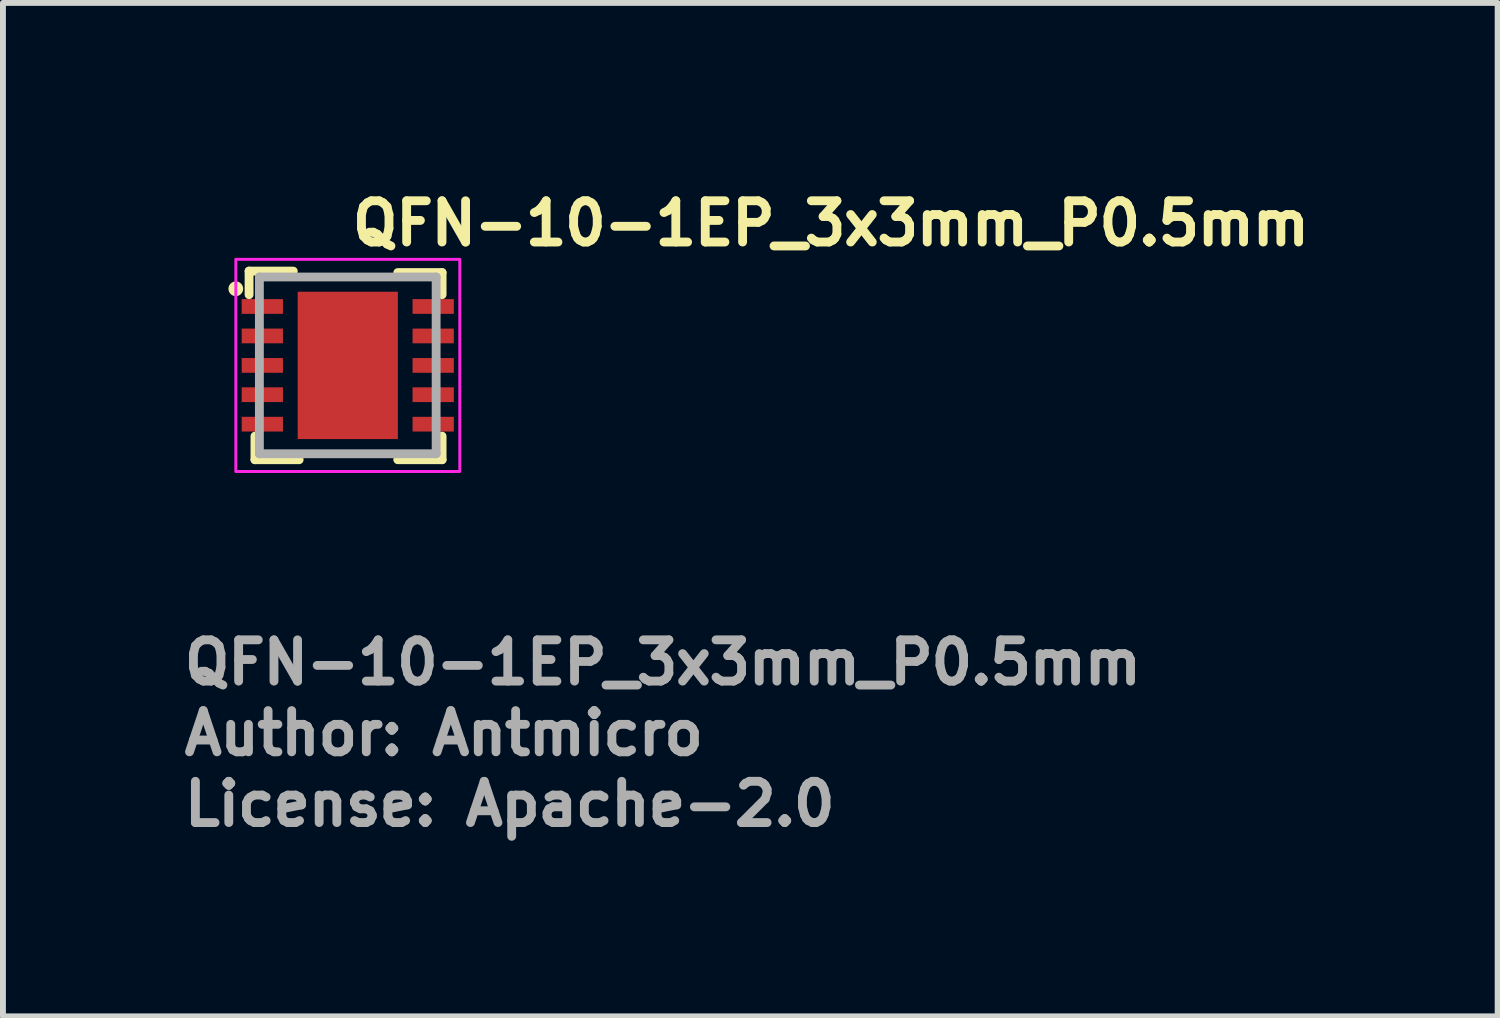
<source format=kicad_pcb>
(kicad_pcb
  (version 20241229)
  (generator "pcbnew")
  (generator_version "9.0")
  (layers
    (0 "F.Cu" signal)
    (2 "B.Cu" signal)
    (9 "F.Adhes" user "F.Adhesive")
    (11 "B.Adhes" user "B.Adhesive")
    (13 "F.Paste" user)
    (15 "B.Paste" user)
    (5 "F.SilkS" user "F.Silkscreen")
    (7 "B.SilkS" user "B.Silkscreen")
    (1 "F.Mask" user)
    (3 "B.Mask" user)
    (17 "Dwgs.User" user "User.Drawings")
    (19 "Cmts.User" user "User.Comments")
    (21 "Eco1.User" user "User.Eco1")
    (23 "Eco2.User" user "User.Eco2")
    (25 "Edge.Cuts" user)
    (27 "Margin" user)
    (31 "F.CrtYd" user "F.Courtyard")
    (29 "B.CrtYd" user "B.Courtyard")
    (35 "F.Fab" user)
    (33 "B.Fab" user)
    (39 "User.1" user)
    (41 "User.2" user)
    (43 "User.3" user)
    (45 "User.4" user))
  (footprint "QFN-10-1EP_3x3mm_P0.5mm"
    (layer "F.Cu")
    (at 2.851 3.15)
    (property "Reference" "QFN-10-1EP_3x3mm_P0.5mm" (at 0 -2 0) (layer "F.SilkS") (effects (font (size 0.7 0.7) (thickness 0.15)) (justify left bottom)))
    (attr smd)
    (fp_line (start -1.675 -1.6) (end -0.925 -1.6) (stroke (width 0.15) (type solid)) (layer "F.SilkS"))
    (fp_line (start -1.675 -1.2) (end -1.675 -1.6) (stroke (width 0.15) (type solid)) (layer "F.SilkS"))
    (fp_line (start -1.575 1.6) (end -1.575 1.2) (stroke (width 0.15) (type solid)) (layer "F.SilkS"))
    (fp_line (start -0.825 1.6) (end -1.575 1.6) (stroke (width 0.15) (type solid)) (layer "F.SilkS"))
    (fp_line (start 0.848 -1.575) (end 1.6 -1.575) (stroke (width 0.15) (type solid)) (layer "F.SilkS"))
    (fp_line (start 1.6 -1.575) (end 1.6 -1.2) (stroke (width 0.15) (type solid)) (layer "F.SilkS"))
    (fp_line (start 1.6 1.2) (end 1.6 1.6) (stroke (width 0.15) (type solid)) (layer "F.SilkS"))
    (fp_line (start 1.6 1.6) (end 0.848 1.6) (stroke (width 0.15) (type solid)) (layer "F.SilkS"))
    (fp_circle (center -1.9 -1.3) (end -1.85 -1.3) (stroke (width 0.15) (type solid)) (fill yes) (layer "F.SilkS"))
    (fp_rect (start -1.9 -1.8) (end 1.9 1.8) (stroke (width 0.05) (type solid)) (fill no) (layer "F.CrtYd"))
    (fp_line (start -1.5 -1.5) (end 1.499 -1.5) (stroke (width 0.15) (type solid)) (layer "F.Fab"))
    (fp_line (start -1.5 1.499) (end -1.5 -1.5) (stroke (width 0.15) (type solid)) (layer "F.Fab"))
    (fp_line (start 1.499 -1.5) (end 1.499 1.499) (stroke (width 0.15) (type solid)) (layer "F.Fab"))
    (fp_line (start 1.499 1.499) (end -1.5 1.499) (stroke (width 0.15) (type solid)) (layer "F.Fab"))
    (fp_rect (start -1.549 -1.549) (end 1.548 1.548) (stroke (width 0.1) (type solid)) (fill no) (layer "User.5"))
    (fp_line (start -1.549 -1.549) (end -1.549 1.548) (stroke (width 0.02) (type solid)) (layer "User.9"))
    (fp_line (start -1.549 1.548) (end 1.548 1.548) (stroke (width 0.02) (type solid)) (layer "User.9"))
    (fp_line (start -1.319 -1.008) (end -1.319 -1.004) (stroke (width 0.02) (type solid)) (layer "User.9"))
    (fp_line (start -1.319 -1.004) (end -1.319 -1) (stroke (width 0.02) (type solid)) (layer "User.9"))
    (fp_line (start -1.319 -1) (end -1.319 -1) (stroke (width 0.02) (type solid)) (layer "User.9"))
    (fp_line (start -1.319 -1) (end -1.319 -0.997) (stroke (width 0.02) (type solid)) (layer "User.9"))
    (fp_line (start -1.319 -0.997) (end -1.319 -0.993) (stroke (width 0.02) (type solid)) (layer "User.9"))
    (fp_line (start -1.319 -0.993) (end -1.317 -0.989) (stroke (width 0.02) (type solid)) (layer "User.9"))
    (fp_line (start -1.317 -1.02) (end -1.317 -1.016) (stroke (width 0.02) (type solid)) (layer "User.9"))
    (fp_line (start -1.317 -1.016) (end -1.317 -1.012) (stroke (width 0.02) (type solid)) (layer "User.9"))
    (fp_line (start -1.317 -1.012) (end -1.319 -1.008) (stroke (width 0.02) (type solid)) (layer "User.9"))
    (fp_line (start -1.317 -0.989) (end -1.317 -0.985) (stroke (width 0.02) (type solid)) (layer "User.9"))
    (fp_line (start -1.317 -0.985) (end -1.317 -0.981) (stroke (width 0.02) (type solid)) (layer "User.9"))
    (fp_line (start -1.317 -0.981) (end -1.315 -0.977) (stroke (width 0.02) (type solid)) (layer "User.9"))
    (fp_line (start -1.315 -1.024) (end -1.317 -1.02) (stroke (width 0.02) (type solid)) (layer "User.9"))
    (fp_line (start -1.315 -0.977) (end -1.313 -0.974) (stroke (width 0.02) (type solid)) (layer "User.9"))
    (fp_line (start -1.313 -1.031) (end -1.313 -1.027) (stroke (width 0.02) (type solid)) (layer "User.9"))
    (fp_line (start -1.313 -1.027) (end -1.315 -1.024) (stroke (width 0.02) (type solid)) (layer "User.9"))
    (fp_line (start -1.313 -0.974) (end -1.313 -0.97) (stroke (width 0.02) (type solid)) (layer "User.9"))
    (fp_line (start -1.313 -0.97) (end -1.311 -0.967) (stroke (width 0.02) (type solid)) (layer "User.9"))
    (fp_line (start -1.311 -1.035) (end -1.313 -1.031) (stroke (width 0.02) (type solid)) (layer "User.9"))
    (fp_line (start -1.311 -0.967) (end -1.309 -0.964) (stroke (width 0.02) (type solid)) (layer "User.9"))
    (fp_line (start -1.309 -1.037) (end -1.311 -1.035) (stroke (width 0.02) (type solid)) (layer "User.9"))
    (fp_line (start -1.309 -0.964) (end -1.307 -0.96) (stroke (width 0.02) (type solid)) (layer "User.9"))
    (fp_line (start -1.307 -1.041) (end -1.309 -1.037) (stroke (width 0.02) (type solid)) (layer "User.9"))
    (fp_line (start -1.307 -0.96) (end -1.305 -0.958) (stroke (width 0.02) (type solid)) (layer "User.9"))
    (fp_line (start -1.305 -1.045) (end -1.307 -1.041) (stroke (width 0.02) (type solid)) (layer "User.9"))
    (fp_line (start -1.305 -0.958) (end -1.303 -0.955) (stroke (width 0.02) (type solid)) (layer "User.9"))
    (fp_line (start -1.303 -1.047) (end -1.305 -1.045) (stroke (width 0.02) (type solid)) (layer "User.9"))
    (fp_line (start -1.303 -0.955) (end -1.301 -0.952) (stroke (width 0.02) (type solid)) (layer "User.9"))
    (fp_line (start -1.301 -1.051) (end -1.303 -1.047) (stroke (width 0.02) (type solid)) (layer "User.9"))
    (fp_line (start -1.301 -0.952) (end -1.299 -0.949) (stroke (width 0.02) (type solid)) (layer "User.9"))
    (fp_line (start -1.299 -1.053) (end -1.301 -1.051) (stroke (width 0.02) (type solid)) (layer "User.9"))
    (fp_line (start -1.299 -0.949) (end -1.295 -0.947) (stroke (width 0.02) (type solid)) (layer "User.9"))
    (fp_line (start -1.295 -1.055) (end -1.299 -1.053) (stroke (width 0.02) (type solid)) (layer "User.9"))
    (fp_line (start -1.295 -0.947) (end -1.293 -0.944) (stroke (width 0.02) (type solid)) (layer "User.9"))
    (fp_line (start -1.293 -1.059) (end -1.295 -1.055) (stroke (width 0.02) (type solid)) (layer "User.9"))
    (fp_line (start -1.293 -0.944) (end -1.291 -0.942) (stroke (width 0.02) (type solid)) (layer "User.9"))
    (fp_line (start -1.291 -1.061) (end -1.293 -1.059) (stroke (width 0.02) (type solid)) (layer "User.9"))
    (fp_line (start -1.291 -0.942) (end -1.287 -0.939) (stroke (width 0.02) (type solid)) (layer "User.9"))
    (fp_line (start -1.287 -1.063) (end -1.291 -1.061) (stroke (width 0.02) (type solid)) (layer "User.9"))
    (fp_line (start -1.287 -0.939) (end -1.285 -0.937) (stroke (width 0.02) (type solid)) (layer "User.9"))
    (fp_line (start -1.285 -1.065) (end -1.287 -1.063) (stroke (width 0.02) (type solid)) (layer "User.9"))
    (fp_line (start -1.285 -0.937) (end -1.281 -0.935) (stroke (width 0.02) (type solid)) (layer "User.9"))
    (fp_line (start -1.281 -1.067) (end -1.285 -1.065) (stroke (width 0.02) (type solid)) (layer "User.9"))
    (fp_line (start -1.281 -0.935) (end -1.278 -0.933) (stroke (width 0.02) (type solid)) (layer "User.9"))
    (fp_line (start -1.278 -1.069) (end -1.281 -1.067) (stroke (width 0.02) (type solid)) (layer "User.9"))
    (fp_line (start -1.278 -0.933) (end -1.274 -0.932) (stroke (width 0.02) (type solid)) (layer "User.9"))
    (fp_line (start -1.274 -1.071) (end -1.278 -1.069) (stroke (width 0.02) (type solid)) (layer "User.9"))
    (fp_line (start -1.274 -0.932) (end -1.272 -0.93) (stroke (width 0.02) (type solid)) (layer "User.9"))
    (fp_line (start -1.272 -1.073) (end -1.274 -1.071) (stroke (width 0.02) (type solid)) (layer "User.9"))
    (fp_line (start -1.272 -0.93) (end -1.268 -0.929) (stroke (width 0.02) (type solid)) (layer "User.9"))
    (fp_line (start -1.268 -1.073) (end -1.272 -1.073) (stroke (width 0.02) (type solid)) (layer "User.9"))
    (fp_line (start -1.268 -0.929) (end -1.264 -0.928) (stroke (width 0.02) (type solid)) (layer "User.9"))
    (fp_line (start -1.264 -1.075) (end -1.268 -1.073) (stroke (width 0.02) (type solid)) (layer "User.9"))
    (fp_line (start -1.264 -0.928) (end -1.26 -0.926) (stroke (width 0.02) (type solid)) (layer "User.9"))
    (fp_line (start -1.26 -1.077) (end -1.264 -1.075) (stroke (width 0.02) (type solid)) (layer "User.9"))
    (fp_line (start -1.26 -0.926) (end -1.256 -0.926) (stroke (width 0.02) (type solid)) (layer "User.9"))
    (fp_line (start -1.256 -1.077) (end -1.26 -1.077) (stroke (width 0.02) (type solid)) (layer "User.9"))
    (fp_line (start -1.256 -0.926) (end -1.252 -0.925) (stroke (width 0.02) (type solid)) (layer "User.9"))
    (fp_line (start -1.252 -1.077) (end -1.256 -1.077) (stroke (width 0.02) (type solid)) (layer "User.9"))
    (fp_line (start -1.252 -0.925) (end -1.248 -0.924) (stroke (width 0.02) (type solid)) (layer "User.9"))
    (fp_line (start -1.248 -1.079) (end -1.252 -1.077) (stroke (width 0.02) (type solid)) (layer "User.9"))
    (fp_line (start -1.248 -0.924) (end -1.244 -0.924) (stroke (width 0.02) (type solid)) (layer "User.9"))
    (fp_line (start -1.244 -1.079) (end -1.248 -1.079) (stroke (width 0.02) (type solid)) (layer "User.9"))
    (fp_line (start -1.244 -0.924) (end -1.24 -0.924) (stroke (width 0.02) (type solid)) (layer "User.9"))
    (fp_line (start -1.24 -1.079) (end -1.244 -1.079) (stroke (width 0.02) (type solid)) (layer "User.9"))
    (fp_line (start -1.24 -1.079) (end -1.24 -1.079) (stroke (width 0.02) (type solid)) (layer "User.9"))
    (fp_line (start -1.24 -0.924) (end -1.24 -0.924) (stroke (width 0.02) (type solid)) (layer "User.9"))
    (fp_line (start -1.24 -0.924) (end -1.238 -0.924) (stroke (width 0.02) (type solid)) (layer "User.9"))
    (fp_line (start -1.238 -1.079) (end -1.24 -1.079) (stroke (width 0.02) (type solid)) (layer "User.9"))
    (fp_line (start -1.238 -0.924) (end -1.234 -0.924) (stroke (width 0.02) (type solid)) (layer "User.9"))
    (fp_line (start -1.234 -1.079) (end -1.238 -1.079) (stroke (width 0.02) (type solid)) (layer "User.9"))
    (fp_line (start -1.234 -0.924) (end -1.23 -0.925) (stroke (width 0.02) (type solid)) (layer "User.9"))
    (fp_line (start -1.23 -1.077) (end -1.234 -1.079) (stroke (width 0.02) (type solid)) (layer "User.9"))
    (fp_line (start -1.23 -0.925) (end -1.226 -0.926) (stroke (width 0.02) (type solid)) (layer "User.9"))
    (fp_line (start -1.226 -1.077) (end -1.23 -1.077) (stroke (width 0.02) (type solid)) (layer "User.9"))
    (fp_line (start -1.226 -0.926) (end -1.222 -0.926) (stroke (width 0.02) (type solid)) (layer "User.9"))
    (fp_line (start -1.222 -1.077) (end -1.226 -1.077) (stroke (width 0.02) (type solid)) (layer "User.9"))
    (fp_line (start -1.222 -0.926) (end -1.218 -0.928) (stroke (width 0.02) (type solid)) (layer "User.9"))
    (fp_line (start -1.218 -1.075) (end -1.222 -1.077) (stroke (width 0.02) (type solid)) (layer "User.9"))
    (fp_line (start -1.218 -0.928) (end -1.214 -0.929) (stroke (width 0.02) (type solid)) (layer "User.9"))
    (fp_line (start -1.214 -1.073) (end -1.218 -1.075) (stroke (width 0.02) (type solid)) (layer "User.9"))
    (fp_line (start -1.214 -0.929) (end -1.21 -0.93) (stroke (width 0.02) (type solid)) (layer "User.9"))
    (fp_line (start -1.21 -1.073) (end -1.214 -1.073) (stroke (width 0.02) (type solid)) (layer "User.9"))
    (fp_line (start -1.21 -0.93) (end -1.208 -0.932) (stroke (width 0.02) (type solid)) (layer "User.9"))
    (fp_line (start -1.208 -1.071) (end -1.21 -1.073) (stroke (width 0.02) (type solid)) (layer "User.9"))
    (fp_line (start -1.208 -0.932) (end -1.204 -0.933) (stroke (width 0.02) (type solid)) (layer "User.9"))
    (fp_line (start -1.204 -1.069) (end -1.208 -1.071) (stroke (width 0.02) (type solid)) (layer "User.9"))
    (fp_line (start -1.204 -0.933) (end -1.2 -0.935) (stroke (width 0.02) (type solid)) (layer "User.9"))
    (fp_line (start -1.2 -1.067) (end -1.204 -1.069) (stroke (width 0.02) (type solid)) (layer "User.9"))
    (fp_line (start -1.2 -0.935) (end -1.198 -0.937) (stroke (width 0.02) (type solid)) (layer "User.9"))
    (fp_line (start -1.198 -1.065) (end -1.2 -1.067) (stroke (width 0.02) (type solid)) (layer "User.9"))
    (fp_line (start -1.198 -0.937) (end -1.194 -0.939) (stroke (width 0.02) (type solid)) (layer "User.9"))
    (fp_line (start -1.194 -1.063) (end -1.198 -1.065) (stroke (width 0.02) (type solid)) (layer "User.9"))
    (fp_line (start -1.194 -0.939) (end -1.192 -0.942) (stroke (width 0.02) (type solid)) (layer "User.9"))
    (fp_line (start -1.192 -1.061) (end -1.194 -1.063) (stroke (width 0.02) (type solid)) (layer "User.9"))
    (fp_line (start -1.192 -0.942) (end -1.188 -0.944) (stroke (width 0.02) (type solid)) (layer "User.9"))
    (fp_line (start -1.188 -1.059) (end -1.192 -1.061) (stroke (width 0.02) (type solid)) (layer "User.9"))
    (fp_line (start -1.188 -0.944) (end -1.186 -0.947) (stroke (width 0.02) (type solid)) (layer "User.9"))
    (fp_line (start -1.186 -1.055) (end -1.188 -1.059) (stroke (width 0.02) (type solid)) (layer "User.9"))
    (fp_line (start -1.186 -0.947) (end -1.184 -0.949) (stroke (width 0.02) (type solid)) (layer "User.9"))
    (fp_line (start -1.184 -1.053) (end -1.186 -1.055) (stroke (width 0.02) (type solid)) (layer "User.9"))
    (fp_line (start -1.184 -0.949) (end -1.182 -0.952) (stroke (width 0.02) (type solid)) (layer "User.9"))
    (fp_line (start -1.182 -1.051) (end -1.184 -1.053) (stroke (width 0.02) (type solid)) (layer "User.9"))
    (fp_line (start -1.182 -0.952) (end -1.178 -0.955) (stroke (width 0.02) (type solid)) (layer "User.9"))
    (fp_line (start -1.178 -1.047) (end -1.182 -1.051) (stroke (width 0.02) (type solid)) (layer "User.9"))
    (fp_line (start -1.178 -0.955) (end -1.176 -0.958) (stroke (width 0.02) (type solid)) (layer "User.9"))
    (fp_line (start -1.176 -1.045) (end -1.178 -1.047) (stroke (width 0.02) (type solid)) (layer "User.9"))
    (fp_line (start -1.176 -0.958) (end -1.174 -0.96) (stroke (width 0.02) (type solid)) (layer "User.9"))
    (fp_line (start -1.174 -1.041) (end -1.176 -1.045) (stroke (width 0.02) (type solid)) (layer "User.9"))
    (fp_line (start -1.174 -0.96) (end -1.172 -0.964) (stroke (width 0.02) (type solid)) (layer "User.9"))
    (fp_line (start -1.172 -1.037) (end -1.174 -1.041) (stroke (width 0.02) (type solid)) (layer "User.9"))
    (fp_line (start -1.172 -1.035) (end -1.172 -1.037) (stroke (width 0.02) (type solid)) (layer "User.9"))
    (fp_line (start -1.172 -0.967) (end -1.17 -0.97) (stroke (width 0.02) (type solid)) (layer "User.9"))
    (fp_line (start -1.172 -0.964) (end -1.172 -0.967) (stroke (width 0.02) (type solid)) (layer "User.9"))
    (fp_line (start -1.17 -1.031) (end -1.172 -1.035) (stroke (width 0.02) (type solid)) (layer "User.9"))
    (fp_line (start -1.17 -0.97) (end -1.168 -0.974) (stroke (width 0.02) (type solid)) (layer "User.9"))
    (fp_line (start -1.168 -1.027) (end -1.17 -1.031) (stroke (width 0.02) (type solid)) (layer "User.9"))
    (fp_line (start -1.168 -1.024) (end -1.168 -1.027) (stroke (width 0.02) (type solid)) (layer "User.9"))
    (fp_line (start -1.168 -0.977) (end -1.166 -0.981) (stroke (width 0.02) (type solid)) (layer "User.9"))
    (fp_line (start -1.168 -0.974) (end -1.168 -0.977) (stroke (width 0.02) (type solid)) (layer "User.9"))
    (fp_line (start -1.166 -1.02) (end -1.168 -1.024) (stroke (width 0.02) (type solid)) (layer "User.9"))
    (fp_line (start -1.166 -1.016) (end -1.166 -1.02) (stroke (width 0.02) (type solid)) (layer "User.9"))
    (fp_line (start -1.166 -0.985) (end -1.164 -0.989) (stroke (width 0.02) (type solid)) (layer "User.9"))
    (fp_line (start -1.166 -0.981) (end -1.166 -0.985) (stroke (width 0.02) (type solid)) (layer "User.9"))
    (fp_line (start -1.164 -1.012) (end -1.166 -1.016) (stroke (width 0.02) (type solid)) (layer "User.9"))
    (fp_line (start -1.164 -1.008) (end -1.164 -1.012) (stroke (width 0.02) (type solid)) (layer "User.9"))
    (fp_line (start -1.164 -1.004) (end -1.164 -1.008) (stroke (width 0.02) (type solid)) (layer "User.9"))
    (fp_line (start -1.164 -1) (end -1.164 -1.004) (stroke (width 0.02) (type solid)) (layer "User.9"))
    (fp_line (start -1.164 -1) (end -1.164 -1) (stroke (width 0.02) (type solid)) (layer "User.9"))
    (fp_line (start -1.164 -1) (end -1.164 -1) (stroke (width 0.02) (type solid)) (layer "User.9"))
    (fp_line (start -1.164 -0.997) (end -1.164 -1) (stroke (width 0.02) (type solid)) (layer "User.9"))
    (fp_line (start -1.164 -0.993) (end -1.164 -0.997) (stroke (width 0.02) (type solid)) (layer "User.9"))
    (fp_line (start -1.164 -0.989) (end -1.164 -0.993) (stroke (width 0.02) (type solid)) (layer "User.9"))
    (fp_line (start 1.548 -1.549) (end -1.549 -1.549) (stroke (width 0.02) (type solid)) (layer "User.9"))
    (fp_line (start 1.548 1.548) (end 1.548 -1.549) (stroke (width 0.02) (type solid)) (layer "User.9"))
    (fp_text user "Author: Antmicro" (at -2.851 6.65 0) (layer "F.Fab") (effects (font (size 0.7 0.7) (thickness 0.15)) (justify left bottom)))
    (fp_text user "${REFERENCE}" (at -2.851 5.45 0) (layer "F.Fab") (effects (font (size 0.7 0.7) (thickness 0.15)) (justify left bottom)))
    (fp_text user "License: Apache-2.0" (at -2.851 7.85 0) (layer "F.Fab") (effects (font (size 0.7 0.7) (thickness 0.15)) (justify left bottom)))
    (pad "1" smd rect (at -1.45 -1) (size 0.7 0.25) (layers "F.Cu" "F.Mask" "F.Paste"))
    (pad "2" smd rect (at -1.45 -0.5) (size 0.7 0.25) (layers "F.Cu" "F.Mask" "F.Paste"))
    (pad "3" smd rect (at -1.45 0) (size 0.7 0.25) (layers "F.Cu" "F.Mask" "F.Paste"))
    (pad "4" smd rect (at -1.45 0.497) (size 0.7 0.25) (layers "F.Cu" "F.Mask" "F.Paste"))
    (pad "5" smd rect (at -1.45 0.997) (size 0.7 0.25) (layers "F.Cu" "F.Mask" "F.Paste"))
    (pad "6" smd rect (at 1.449 0.997) (size 0.7 0.25) (layers "F.Cu" "F.Mask" "F.Paste"))
    (pad "7" smd rect (at 1.449 0.497) (size 0.7 0.25) (layers "F.Cu" "F.Mask" "F.Paste"))
    (pad "8" smd rect (at 1.449 0) (size 0.7 0.25) (layers "F.Cu" "F.Mask" "F.Paste"))
    (pad "9" smd rect (at 1.449 -0.5) (size 0.7 0.25) (layers "F.Cu" "F.Mask" "F.Paste"))
    (pad "10" smd rect (at 1.449 -1) (size 0.7 0.25) (layers "F.Cu" "F.Mask" "F.Paste"))
    (pad "11" smd rect (at 0 0) (size 1.7 2.5) (layers "F.Cu" "F.Mask" "F.Paste")))
  (gr_rect
    (start -3 -3)
    (end 22.361 14.195)
    (stroke (width 0.1) (type default))
    (fill no)
    (layer "Edge.Cuts")))
</source>
